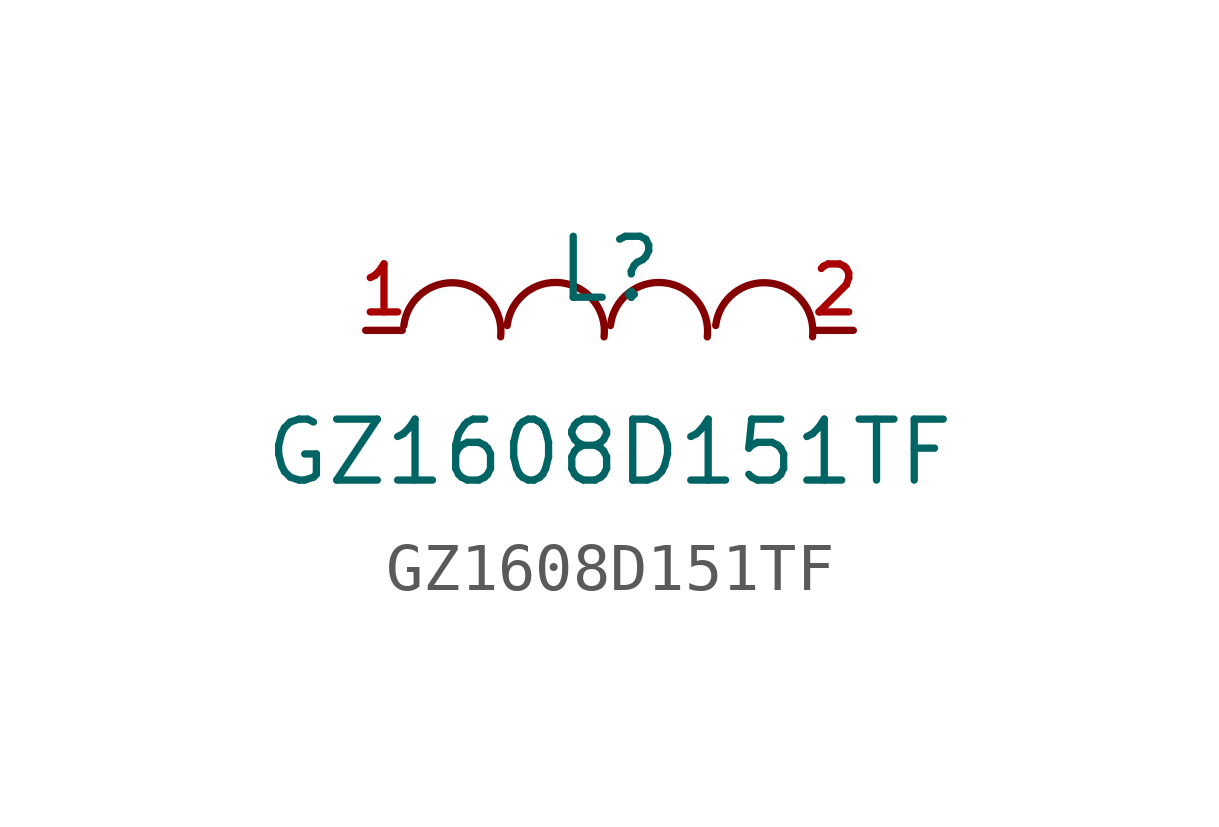
<source format=kicad_sym>
(kicad_symbol_lib
  (version 20210201)
  (generator TousstNicolas/JLC2KiCad_lib)
  (symbol "GZ1608D151TF"
    (pin_names hide)
    (property "Reference" "L"
      (at 0 1.27 0)
      (effects (font (size 1.27 1.27))))
    (property "Value" "GZ1608D151TF"
      (at 0 -2.54 0)
      (effects (font (size 1.27 1.27))))
    (symbol "GZ1608D151TF_0_1"
      (pin unspecified line (at 5.08 -0.0 180) (length 0.762) (name "2" (effects (font (size 1 1)))) (number "2" (effects (font (size 1 1)))))
      (pin unspecified line (at -5.08 -0.0 0) (length 0.762) (name "1" (effects (font (size 1 1)))) (number "1" (effects (font (size 1 1)))))
      (arc (start -2.2674329295749627 -0.1341053884638828) (mid -3.159011207982224 0.9926636483439573) (end -4.285780231504512 0.10108535314652943) (stroke (width 0) (type default) (color 0 0 0 0)) (fill (type none)))
      (arc (start -0.11354180781656804 -0.13565983668102555) (mid -1.0048024524285457 0.9913604595340889) (end -2.131822737142134 0.10009980037815772) (stroke (width 0) (type default) (color 0 0 0 0)) (fill (type none)))
      (arc (start 2.0378424949520375 -0.13565983668102555) (mid 1.1465818503400598 0.9913604595340889) (end 0.019561565626471496 0.10009980037815772) (stroke (width 0) (type default) (color 0 0 0 0)) (fill (type none)))
      (arc (start 4.231170015864318 -0.13410572965492382) (mid 3.3395921275494644 0.9926636202288113) (end 2.2128227952408546 0.10108570970264838) (stroke (width 0) (type default) (color 0 0 0 0)) (fill (type none))))))
</source>
